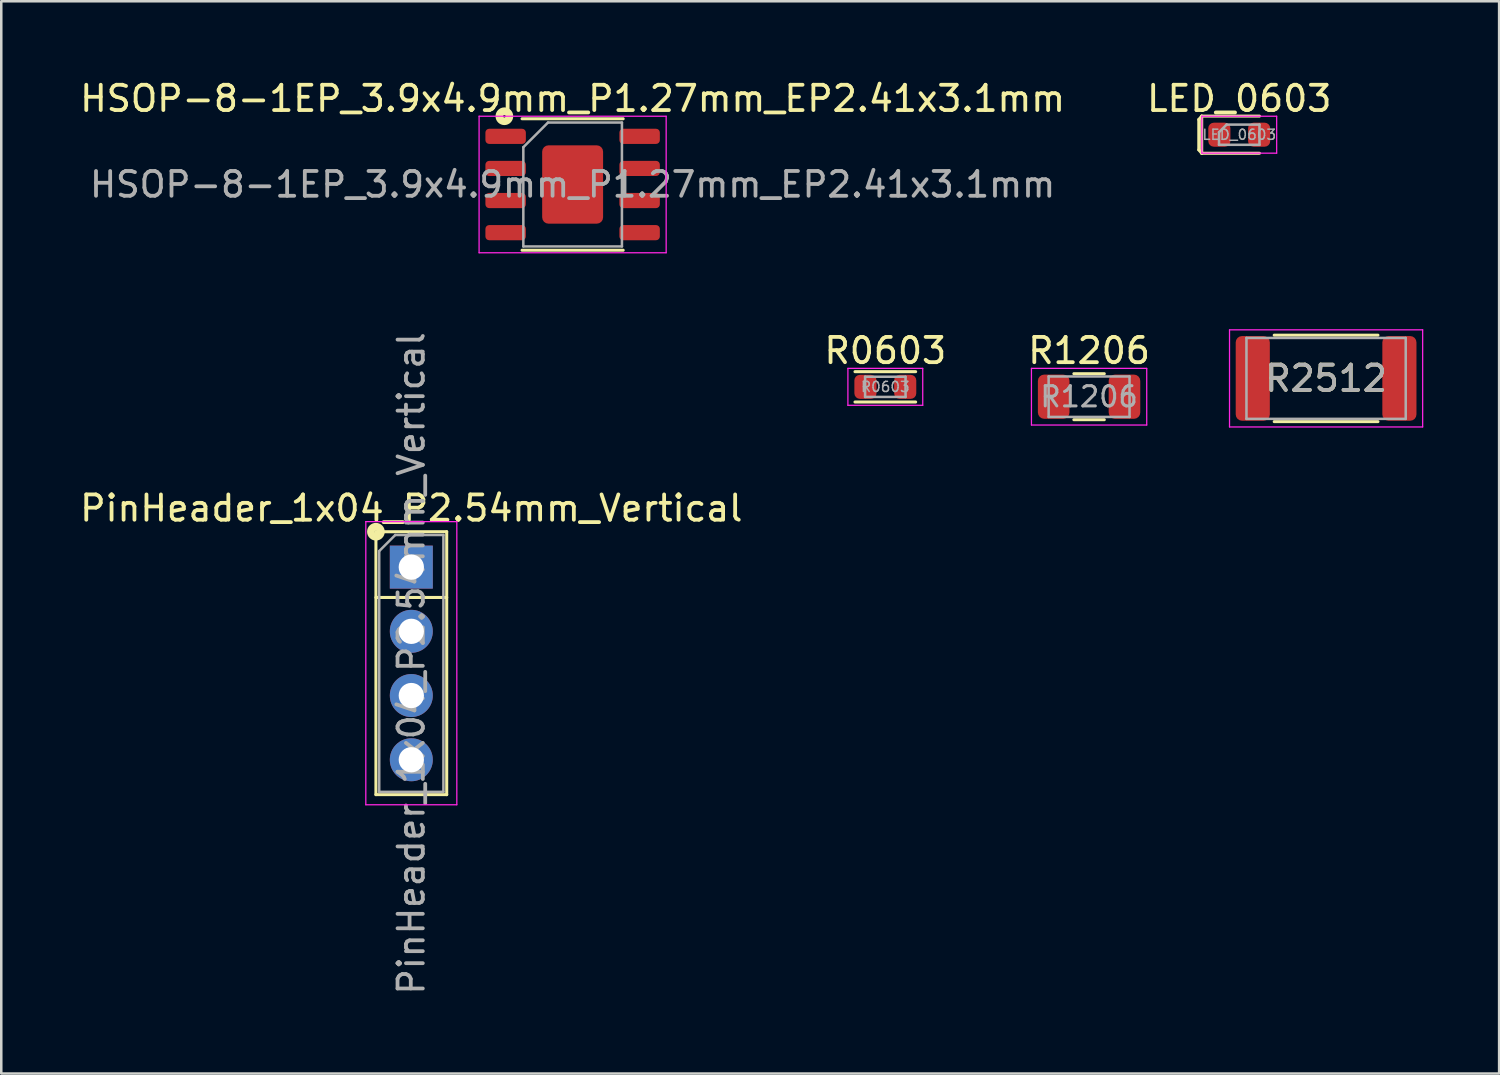
<source format=kicad_pcb>
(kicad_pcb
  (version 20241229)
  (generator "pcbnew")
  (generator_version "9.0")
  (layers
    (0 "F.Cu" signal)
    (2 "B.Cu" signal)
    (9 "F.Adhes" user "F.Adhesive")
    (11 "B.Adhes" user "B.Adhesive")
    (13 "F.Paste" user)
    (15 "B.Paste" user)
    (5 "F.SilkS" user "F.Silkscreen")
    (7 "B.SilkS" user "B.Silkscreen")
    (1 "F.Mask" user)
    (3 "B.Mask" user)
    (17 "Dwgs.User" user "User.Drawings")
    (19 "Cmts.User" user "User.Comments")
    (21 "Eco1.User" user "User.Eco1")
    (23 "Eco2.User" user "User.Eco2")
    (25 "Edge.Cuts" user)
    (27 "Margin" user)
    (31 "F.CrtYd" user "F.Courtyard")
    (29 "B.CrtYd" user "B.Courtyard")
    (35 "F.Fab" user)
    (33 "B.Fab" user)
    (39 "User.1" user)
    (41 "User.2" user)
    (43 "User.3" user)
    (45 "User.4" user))
  (footprint "HSOP-8-1EP_3.9x4.9mm_P1.27mm_EP2.41x3.1mm"
    (layer "F.Cu")
    (at 19.601 4.248)
    (property "Reference" "HSOP-8-1EP_3.9x4.9mm_P1.27mm_EP2.41x3.1mm" (at 0 -3.4 0) (layer "F.SilkS") (effects (font (size 1 1) (thickness 0.15))))
    (attr smd)
    (fp_line (start -2 -2.6) (end 2 -2.6) (stroke (width 0.12) (type solid)) (layer "F.SilkS"))
    (fp_line (start -2 2.6) (end 2 2.6) (stroke (width 0.12) (type solid)) (layer "F.SilkS"))
    (fp_circle (center -2.7 -2.7) (end -2.5 -2.7) (stroke (width 0.3) (type solid)) (fill no) (layer "F.SilkS"))
    (fp_line (start -3.7 -2.7) (end -3.7 2.7) (stroke (width 0.05) (type solid)) (layer "F.CrtYd"))
    (fp_line (start -3.7 2.7) (end 3.7 2.7) (stroke (width 0.05) (type solid)) (layer "F.CrtYd"))
    (fp_line (start 3.7 -2.7) (end -3.7 -2.7) (stroke (width 0.05) (type solid)) (layer "F.CrtYd"))
    (fp_line (start 3.7 2.7) (end 3.7 -2.7) (stroke (width 0.05) (type solid)) (layer "F.CrtYd"))
    (fp_line (start -1.95 -1.475) (end -0.975 -2.45) (stroke (width 0.1) (type solid)) (layer "F.Fab"))
    (fp_line (start -1.95 2.45) (end -1.95 -1.475) (stroke (width 0.1) (type solid)) (layer "F.Fab"))
    (fp_line (start -0.975 -2.45) (end 1.95 -2.45) (stroke (width 0.1) (type solid)) (layer "F.Fab"))
    (fp_line (start 1.95 -2.45) (end 1.95 2.45) (stroke (width 0.1) (type solid)) (layer "F.Fab"))
    (fp_line (start 1.95 2.45) (end -1.95 2.45) (stroke (width 0.1) (type solid)) (layer "F.Fab"))
    (fp_text user "${REFERENCE}" (at 0 0 0) (layer "F.Fab") (effects (font (size 0.98 0.98) (thickness 0.15))))
    (pad "" smd roundrect (at -0.6 -0.775) (size 0.97 1.25) (layers "F.Paste") (roundrect_rratio 0.25))
    (pad "" smd roundrect (at -0.6 0.775) (size 0.97 1.25) (layers "F.Paste") (roundrect_rratio 0.25))
    (pad "" smd roundrect (at 0.6 -0.775) (size 0.97 1.25) (layers "F.Paste") (roundrect_rratio 0.25))
    (pad "" smd roundrect (at 0.6 0.775) (size 0.97 1.25) (layers "F.Paste") (roundrect_rratio 0.25))
    (pad "1" smd roundrect (at -2.65 -1.905) (size 1.6 0.6) (layers "F.Cu" "F.Mask" "F.Paste") (roundrect_rratio 0.25))
    (pad "2" smd roundrect (at -2.65 -0.635) (size 1.6 0.6) (layers "F.Cu" "F.Mask" "F.Paste") (roundrect_rratio 0.25))
    (pad "3" smd roundrect (at -2.65 0.635) (size 1.6 0.6) (layers "F.Cu" "F.Mask" "F.Paste") (roundrect_rratio 0.25))
    (pad "4" smd roundrect (at -2.65 1.905) (size 1.6 0.6) (layers "F.Cu" "F.Mask" "F.Paste") (roundrect_rratio 0.25))
    (pad "5" smd roundrect (at 2.65 1.905) (size 1.6 0.6) (layers "F.Cu" "F.Mask" "F.Paste") (roundrect_rratio 0.25))
    (pad "6" smd roundrect (at 2.65 0.635) (size 1.6 0.6) (layers "F.Cu" "F.Mask" "F.Paste") (roundrect_rratio 0.25))
    (pad "7" smd roundrect (at 2.65 -0.635) (size 1.6 0.6) (layers "F.Cu" "F.Mask" "F.Paste") (roundrect_rratio 0.25))
    (pad "8" smd roundrect (at 2.65 -1.905) (size 1.6 0.6) (layers "F.Cu" "F.Mask" "F.Paste") (roundrect_rratio 0.25))
    (pad "9" smd roundrect (at 0 0) (size 2.41 3.1) (layers "F.Cu" "F.Mask") (roundrect_rratio 0.104)))
  (footprint "PinHeader_1x04_P2.54mm_Vertical"
    (layer "F.Cu")
    (at 13.22 19.383)
    (property "Reference" "PinHeader_1x04_P2.54mm_Vertical" (at 0 -2.33 0) (layer "F.SilkS") (effects (font (size 1 1) (thickness 0.15))))
    (attr through_hole)
    (fp_line (start -1.4 -1.4) (end -1.4 9) (stroke (width 0.12) (type solid)) (layer "F.SilkS"))
    (fp_line (start -1.4 -1.4) (end 1.4 -1.4) (stroke (width 0.12) (type solid)) (layer "F.SilkS"))
    (fp_line (start -1.4 1.2) (end 1.4 1.2) (stroke (width 0.12) (type solid)) (layer "F.SilkS"))
    (fp_line (start -1.4 9) (end 1.4 9) (stroke (width 0.12) (type solid)) (layer "F.SilkS"))
    (fp_line (start 1.4 -1.4) (end 1.4 9) (stroke (width 0.12) (type solid)) (layer "F.SilkS"))
    (fp_circle (center -1.4 -1.4) (end -1.2 -1.4) (stroke (width 0.3) (type solid)) (fill no) (layer "F.SilkS"))
    (fp_line (start -1.8 -1.8) (end -1.8 9.4) (stroke (width 0.05) (type solid)) (layer "F.CrtYd"))
    (fp_line (start -1.8 9.4) (end 1.8 9.4) (stroke (width 0.05) (type solid)) (layer "F.CrtYd"))
    (fp_line (start 1.8 -1.8) (end -1.8 -1.8) (stroke (width 0.05) (type solid)) (layer "F.CrtYd"))
    (fp_line (start 1.8 9.4) (end 1.8 -1.8) (stroke (width 0.05) (type solid)) (layer "F.CrtYd"))
    (fp_line (start -1.27 -0.635) (end -0.635 -1.27) (stroke (width 0.1) (type solid)) (layer "F.Fab"))
    (fp_line (start -1.27 8.89) (end -1.27 -0.635) (stroke (width 0.1) (type solid)) (layer "F.Fab"))
    (fp_line (start -0.635 -1.27) (end 1.27 -1.27) (stroke (width 0.1) (type solid)) (layer "F.Fab"))
    (fp_line (start 1.27 -1.27) (end 1.27 8.89) (stroke (width 0.1) (type solid)) (layer "F.Fab"))
    (fp_line (start 1.27 8.89) (end -1.27 8.89) (stroke (width 0.1) (type solid)) (layer "F.Fab"))
    (fp_text user "${REFERENCE}" (at 0 3.81 90) (layer "F.Fab") (effects (font (size 1 1) (thickness 0.15))))
    (pad "1" thru_hole rect (at 0 0) (size 1.7 1.7) (drill 1) (layers "*.Cu" "*.Mask"))
    (pad "2" thru_hole oval (at 0 2.54) (size 1.7 1.7) (drill 1) (layers "*.Cu" "*.Mask"))
    (pad "3" thru_hole oval (at 0 5.08) (size 1.7 1.7) (drill 1) (layers "*.Cu" "*.Mask"))
    (pad "4" thru_hole oval (at 0 7.62) (size 1.7 1.7) (drill 1) (layers "*.Cu" "*.Mask")))
  (footprint "R1206"
    (layer "F.Cu")
    (at 40.03 12.642)
    (property "Reference" "R1206" (at 0 -1.82 0) (layer "F.SilkS") (effects (font (size 1 1) (thickness 0.15))))
    (attr smd)
    (fp_line (start -0.602 -0.91) (end 0.602 -0.91) (stroke (width 0.12) (type solid)) (layer "F.SilkS"))
    (fp_line (start -0.602 0.91) (end 0.602 0.91) (stroke (width 0.12) (type solid)) (layer "F.SilkS"))
    (fp_line (start -2.28 -1.12) (end 2.28 -1.12) (stroke (width 0.05) (type solid)) (layer "F.CrtYd"))
    (fp_line (start -2.28 1.12) (end -2.28 -1.12) (stroke (width 0.05) (type solid)) (layer "F.CrtYd"))
    (fp_line (start 2.28 -1.12) (end 2.28 1.12) (stroke (width 0.05) (type solid)) (layer "F.CrtYd"))
    (fp_line (start 2.28 1.12) (end -2.28 1.12) (stroke (width 0.05) (type solid)) (layer "F.CrtYd"))
    (fp_line (start -1.6 -0.8) (end 1.6 -0.8) (stroke (width 0.1) (type solid)) (layer "F.Fab"))
    (fp_line (start -1.6 0.8) (end -1.6 -0.8) (stroke (width 0.1) (type solid)) (layer "F.Fab"))
    (fp_line (start 1.6 -0.8) (end 1.6 0.8) (stroke (width 0.1) (type solid)) (layer "F.Fab"))
    (fp_line (start 1.6 0.8) (end -1.6 0.8) (stroke (width 0.1) (type solid)) (layer "F.Fab"))
    (fp_text user "${REFERENCE}" (at 0 0 0) (layer "F.Fab") (effects (font (size 0.8 0.8) (thickness 0.12))))
    (pad "1" smd roundrect (at -1.4 0) (size 1.25 1.75) (layers "F.Cu" "F.Mask" "F.Paste") (roundrect_rratio 0.2))
    (pad "2" smd roundrect (at 1.4 0) (size 1.25 1.75) (layers "F.Cu" "F.Mask" "F.Paste") (roundrect_rratio 0.2)))
  (footprint "R0603"
    (layer "F.Cu")
    (at 31.97 12.252)
    (property "Reference" "R0603" (at 0 -1.43 0) (layer "F.SilkS") (effects (font (size 1 1) (thickness 0.15))))
    (attr smd)
    (fp_line (start -1.2 -0.6) (end 1.2 -0.6) (stroke (width 0.12) (type solid)) (layer "F.SilkS"))
    (fp_line (start -1.2 0.6) (end 1.2 0.6) (stroke (width 0.12) (type solid)) (layer "F.SilkS"))
    (fp_line (start -1.48 -0.73) (end 1.48 -0.73) (stroke (width 0.05) (type solid)) (layer "F.CrtYd"))
    (fp_line (start -1.48 0.73) (end -1.48 -0.73) (stroke (width 0.05) (type solid)) (layer "F.CrtYd"))
    (fp_line (start 1.48 -0.73) (end 1.48 0.73) (stroke (width 0.05) (type solid)) (layer "F.CrtYd"))
    (fp_line (start 1.48 0.73) (end -1.48 0.73) (stroke (width 0.05) (type solid)) (layer "F.CrtYd"))
    (fp_line (start -0.8 -0.4) (end 0.8 -0.4) (stroke (width 0.1) (type solid)) (layer "F.Fab"))
    (fp_line (start -0.8 0.4) (end -0.8 -0.4) (stroke (width 0.1) (type solid)) (layer "F.Fab"))
    (fp_line (start 0.8 -0.4) (end 0.8 0.4) (stroke (width 0.1) (type solid)) (layer "F.Fab"))
    (fp_line (start 0.8 0.4) (end -0.8 0.4) (stroke (width 0.1) (type solid)) (layer "F.Fab"))
    (fp_text user "${REFERENCE}" (at 0 0 0) (layer "F.Fab") (effects (font (size 0.4 0.4) (thickness 0.06))))
    (pad "1" smd roundrect (at -0.787 0) (size 0.875 0.95) (layers "F.Cu" "F.Mask" "F.Paste") (roundrect_rratio 0.25))
    (pad "2" smd roundrect (at 0.787 0) (size 0.875 0.95) (layers "F.Cu" "F.Mask" "F.Paste") (roundrect_rratio 0.25)))
  (footprint "LED_0603"
    (layer "F.Cu")
    (at 45.97 2.278)
    (property "Reference" "LED_0603" (at 0 -1.43 0) (layer "F.SilkS") (effects (font (size 1 1) (thickness 0.15))))
    (attr smd)
    (fp_line (start -1.6 -0.6) (end -1.6 0.6) (stroke (width 0.12) (type solid)) (layer "F.SilkS"))
    (fp_line (start -1.6 0.6) (end -1.485 0.735) (stroke (width 0.12) (type solid)) (layer "F.SilkS"))
    (fp_line (start -1.485 -0.735) (end -1.6 -0.6) (stroke (width 0.12) (type solid)) (layer "F.SilkS"))
    (fp_line (start -1.485 -0.735) (end -1.485 0.735) (stroke (width 0.12) (type solid)) (layer "F.SilkS"))
    (fp_line (start -1.485 0.735) (end 0.8 0.735) (stroke (width 0.12) (type solid)) (layer "F.SilkS"))
    (fp_line (start 0.8 -0.735) (end -1.485 -0.735) (stroke (width 0.12) (type solid)) (layer "F.SilkS"))
    (fp_line (start -1.48 -0.73) (end 1.48 -0.73) (stroke (width 0.05) (type solid)) (layer "F.CrtYd"))
    (fp_line (start -1.48 0.73) (end -1.48 -0.73) (stroke (width 0.05) (type solid)) (layer "F.CrtYd"))
    (fp_line (start 1.48 -0.73) (end 1.48 0.73) (stroke (width 0.05) (type solid)) (layer "F.CrtYd"))
    (fp_line (start 1.48 0.73) (end -1.48 0.73) (stroke (width 0.05) (type solid)) (layer "F.CrtYd"))
    (fp_line (start -0.8 -0.1) (end -0.8 0.4) (stroke (width 0.1) (type solid)) (layer "F.Fab"))
    (fp_line (start -0.8 0.4) (end 0.8 0.4) (stroke (width 0.1) (type solid)) (layer "F.Fab"))
    (fp_line (start -0.5 -0.4) (end -0.8 -0.1) (stroke (width 0.1) (type solid)) (layer "F.Fab"))
    (fp_line (start 0.8 -0.4) (end -0.5 -0.4) (stroke (width 0.1) (type solid)) (layer "F.Fab"))
    (fp_line (start 0.8 0.4) (end 0.8 -0.4) (stroke (width 0.1) (type solid)) (layer "F.Fab"))
    (fp_text user "${REFERENCE}" (at 0 0 0) (layer "F.Fab") (effects (font (size 0.4 0.4) (thickness 0.06))))
    (pad "1" smd roundrect (at -0.787 0) (size 0.875 0.95) (layers "F.Cu" "F.Mask" "F.Paste") (roundrect_rratio 0.25))
    (pad "2" smd roundrect (at 0.787 0) (size 0.875 0.95) (layers "F.Cu" "F.Mask" "F.Paste") (roundrect_rratio 0.25)))
  (footprint "R2512"
    (layer "F.Cu")
    (at 49.405 11.918)
    (property "Reference" "R2512" (at 0 0 0) (layer "F.SilkS") (effects (font (size 1 1) (thickness 0.15))))
    (attr smd)
    (fp_line (start -2.052 -1.71) (end 2.052 -1.71) (stroke (width 0.12) (type solid)) (layer "F.SilkS"))
    (fp_line (start -2.052 1.71) (end 2.052 1.71) (stroke (width 0.12) (type solid)) (layer "F.SilkS"))
    (fp_line (start -3.82 -1.92) (end 3.82 -1.92) (stroke (width 0.05) (type solid)) (layer "F.CrtYd"))
    (fp_line (start -3.82 1.92) (end -3.82 -1.92) (stroke (width 0.05) (type solid)) (layer "F.CrtYd"))
    (fp_line (start 3.82 -1.92) (end 3.82 1.92) (stroke (width 0.05) (type solid)) (layer "F.CrtYd"))
    (fp_line (start 3.82 1.92) (end -3.82 1.92) (stroke (width 0.05) (type solid)) (layer "F.CrtYd"))
    (fp_line (start -3.15 -1.6) (end 3.15 -1.6) (stroke (width 0.1) (type solid)) (layer "F.Fab"))
    (fp_line (start -3.15 1.6) (end -3.15 -1.6) (stroke (width 0.1) (type solid)) (layer "F.Fab"))
    (fp_line (start 3.15 -1.6) (end 3.15 1.6) (stroke (width 0.1) (type solid)) (layer "F.Fab"))
    (fp_line (start 3.15 1.6) (end -3.15 1.6) (stroke (width 0.1) (type solid)) (layer "F.Fab"))
    (fp_text user "${REFERENCE}" (at 0 0 0) (layer "F.Fab") (effects (font (size 1 1) (thickness 0.15))))
    (pad "1" smd roundrect (at -2.9 0) (size 1.35 3.35) (layers "F.Cu" "F.Mask" "F.Paste") (roundrect_rratio 0.185))
    (pad "2" smd roundrect (at 2.9 0) (size 1.35 3.35) (layers "F.Cu" "F.Mask" "F.Paste") (roundrect_rratio 0.185)))
  (gr_rect
    (start -3 -3)
    (end 56.25 39.414)
    (stroke (width 0.1) (type default))
    (fill no)
    (layer "Edge.Cuts")))
</source>
